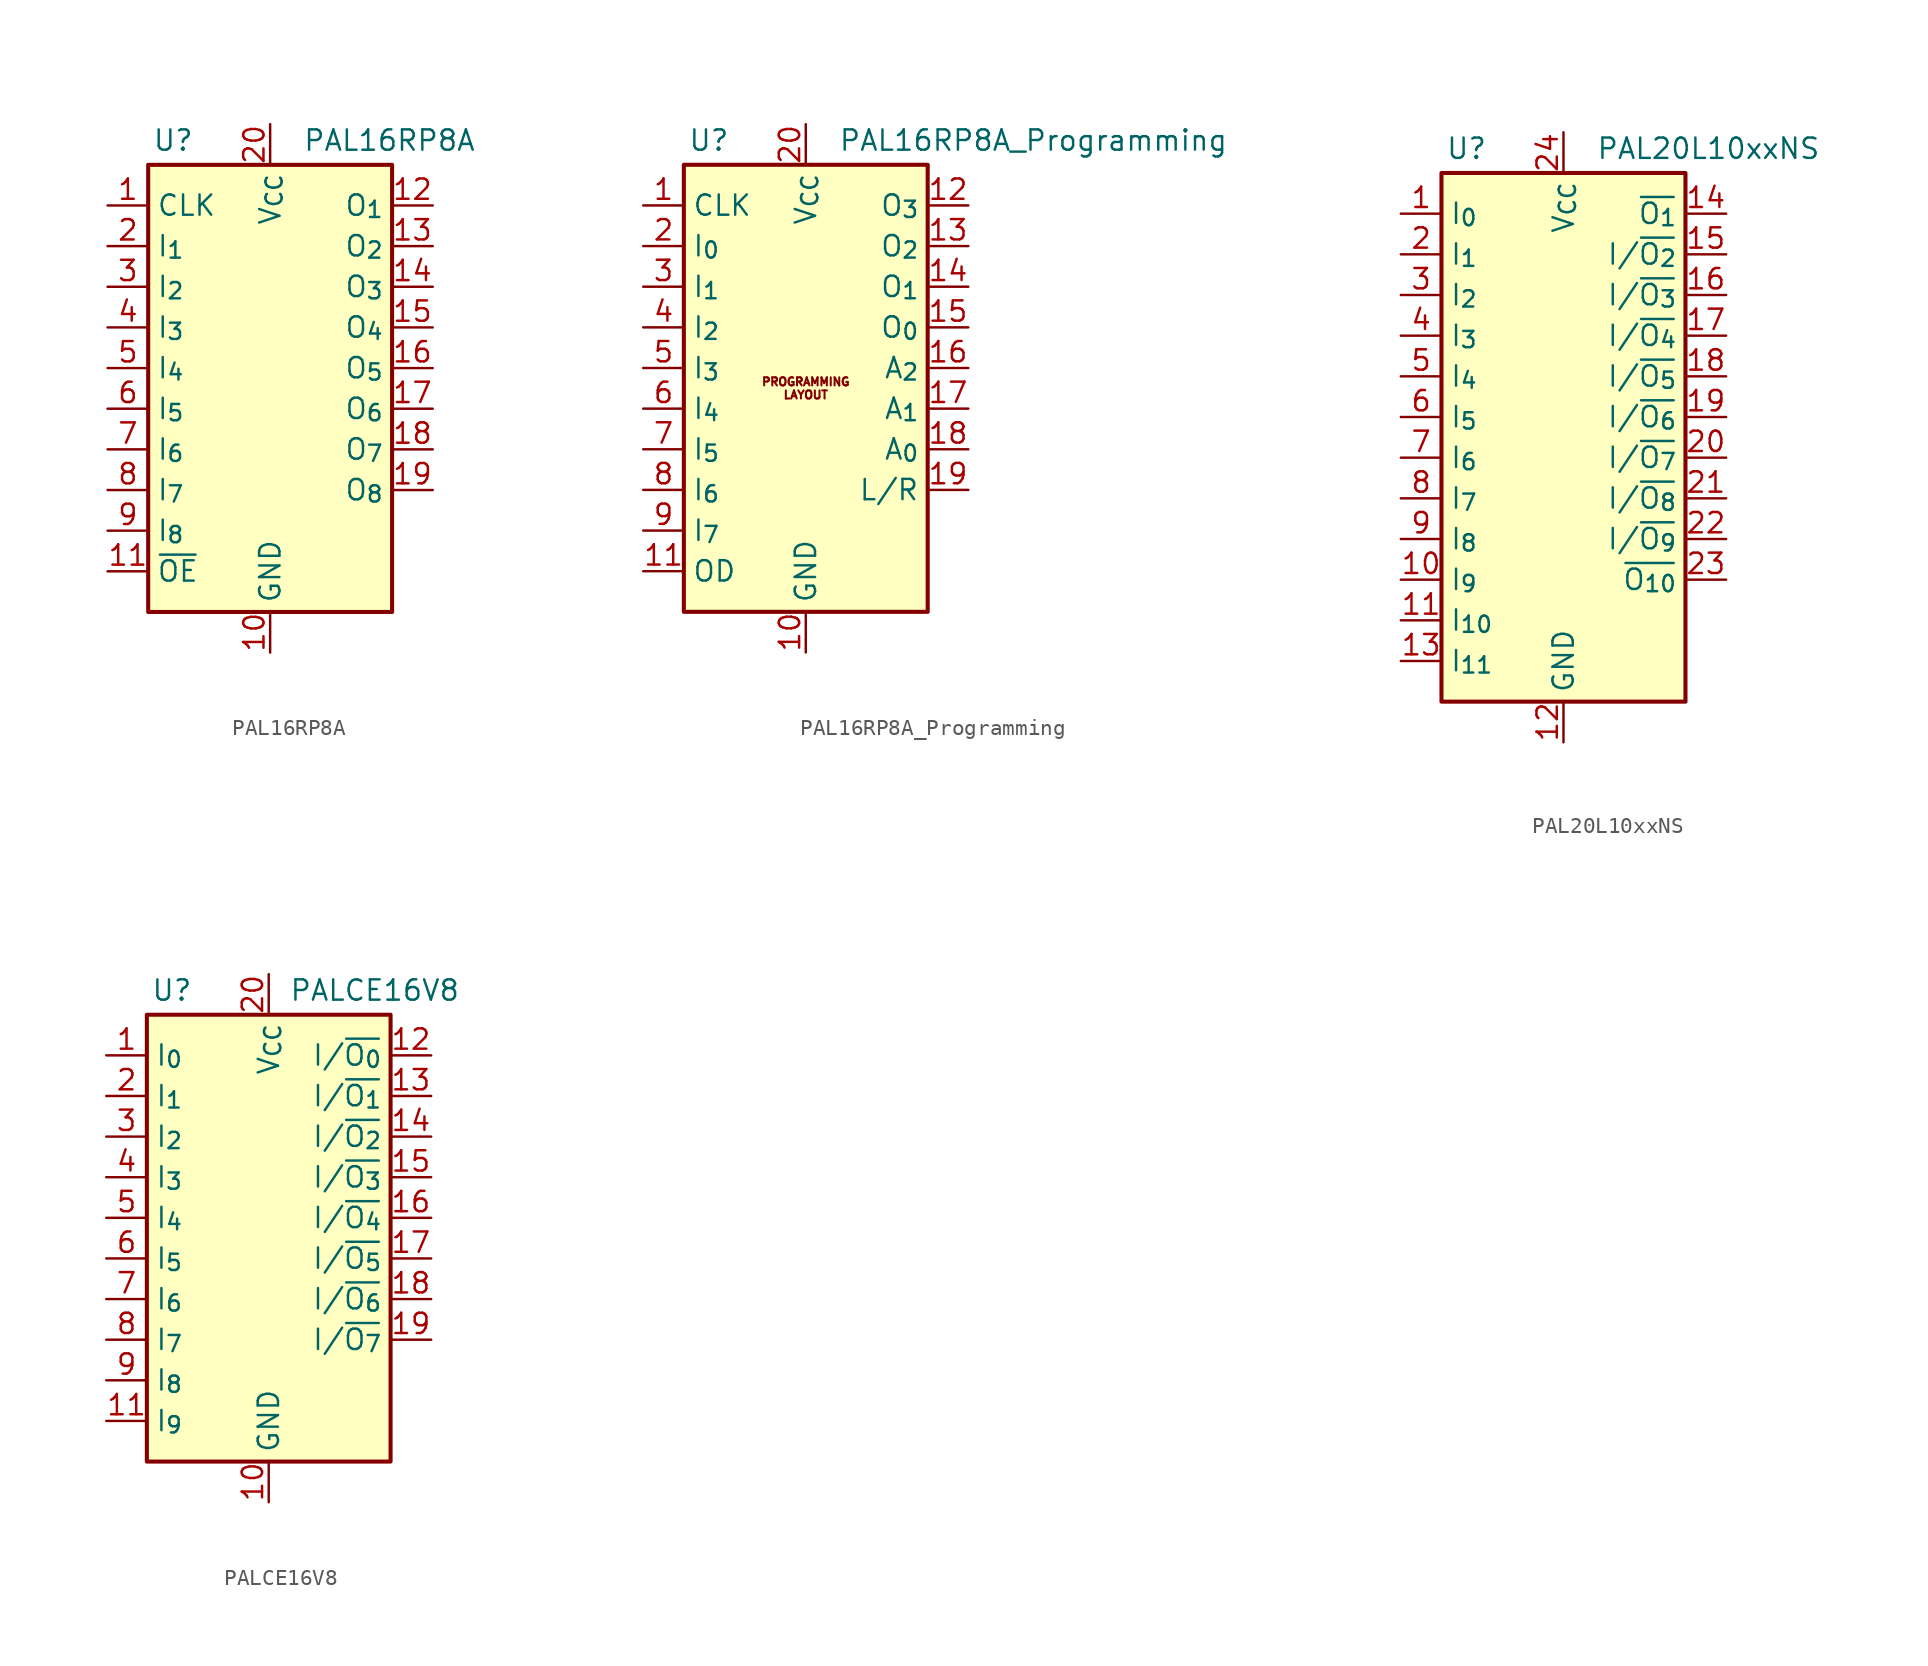
<source format=kicad_sym>
(kicad_symbol_lib
  (version 20241209)
  (generator "kicad_symbol_editor")
  (generator_version "9.0")
  (symbol "PAL16RP8A"
    (property "Reference" "U"
      (at -7.366 16.764 0)
      (effects (font (size 1.27 1.27)) (justify left)))
    (property "Value" "PAL16RP8A"
      (at 2.032 16.764 0)
      (effects (font (size 1.27 1.27)) (justify left)))
    (symbol "PAL16RP8A_0_1"
      (rectangle (start -7.62 15.24) (end 7.62 -12.7) (stroke (width 0.254) (type default)) (fill (type background))))
    (symbol "PAL16RP8A_1_1"
      (pin input line (at -10.16 12.7 0) (length 2.54) (name "CLK" (effects (font (size 1.27 1.27)))) (number "1" (effects (font (size 1.27 1.27)))))
      (pin input line (at -10.16 10.16 0) (length 2.54) (name "I_{1}" (effects (font (size 1.27 1.27)))) (number "2" (effects (font (size 1.27 1.27)))))
      (pin input line (at -10.16 7.62 0) (length 2.54) (name "I_{2}" (effects (font (size 1.27 1.27)))) (number "3" (effects (font (size 1.27 1.27)))))
      (pin input line (at -10.16 5.08 0) (length 2.54) (name "I_{3}" (effects (font (size 1.27 1.27)))) (number "4" (effects (font (size 1.27 1.27)))))
      (pin input line (at -10.16 2.54 0) (length 2.54) (name "I_{4}" (effects (font (size 1.27 1.27)))) (number "5" (effects (font (size 1.27 1.27)))))
      (pin input line (at -10.16 0 0) (length 2.54) (name "I_{5}" (effects (font (size 1.27 1.27)))) (number "6" (effects (font (size 1.27 1.27)))))
      (pin input line (at -10.16 -2.54 0) (length 2.54) (name "I_{6}" (effects (font (size 1.27 1.27)))) (number "7" (effects (font (size 1.27 1.27)))))
      (pin input line (at -10.16 -5.08 0) (length 2.54) (name "I_{7}" (effects (font (size 1.27 1.27)))) (number "8" (effects (font (size 1.27 1.27)))))
      (pin input line (at -10.16 -7.62 0) (length 2.54) (name "I_{8}" (effects (font (size 1.27 1.27)))) (number "9" (effects (font (size 1.27 1.27)))))
      (pin input line (at -10.16 -10.16 0) (length 2.54) (name "~{OE}" (effects (font (size 1.27 1.27)))) (number "11" (effects (font (size 1.27 1.27)))))
      (pin power_in line (at 0 17.78 270) (length 2.54) (name "V_{CC}" (effects (font (size 1.27 1.27)))) (number "20" (effects (font (size 1.27 1.27)))))
      (pin power_in line (at 0 -15.24 90) (length 2.54) (name "GND" (effects (font (size 1.27 1.27)))) (number "10" (effects (font (size 1.27 1.27)))))
      (pin tri_state line (at 10.16 12.7 180) (length 2.54) (name "O_{1}" (effects (font (size 1.27 1.27)))) (number "12" (effects (font (size 1.27 1.27)))))
      (pin tri_state line (at 10.16 10.16 180) (length 2.54) (name "O_{2}" (effects (font (size 1.27 1.27)))) (number "13" (effects (font (size 1.27 1.27)))))
      (pin tri_state line (at 10.16 7.62 180) (length 2.54) (name "O_{3}" (effects (font (size 1.27 1.27)))) (number "14" (effects (font (size 1.27 1.27)))))
      (pin tri_state line (at 10.16 5.08 180) (length 2.54) (name "O_{4}" (effects (font (size 1.27 1.27)))) (number "15" (effects (font (size 1.27 1.27)))))
      (pin tri_state line (at 10.16 2.54 180) (length 2.54) (name "O_{5}" (effects (font (size 1.27 1.27)))) (number "16" (effects (font (size 1.27 1.27)))))
      (pin tri_state line (at 10.16 0 180) (length 2.54) (name "O_{6}" (effects (font (size 1.27 1.27)))) (number "17" (effects (font (size 1.27 1.27)))))
      (pin tri_state line (at 10.16 -2.54 180) (length 2.54) (name "O_{7}" (effects (font (size 1.27 1.27)))) (number "18" (effects (font (size 1.27 1.27)))))
      (pin tri_state line (at 10.16 -5.08 180) (length 2.54) (name "O_{8}" (effects (font (size 1.27 1.27)))) (number "19" (effects (font (size 1.27 1.27)))))))
  (symbol "PAL16RP8A_Programming"
    (property "Reference" "U"
      (at -7.366 16.764 0)
      (effects (font (size 1.27 1.27)) (justify left)))
    (property "Value" "PAL16RP8A_Programming"
      (at 2.032 16.764 0)
      (effects (font (size 1.27 1.27)) (justify left)))
    (symbol "PAL16RP8A_Programming_0_1"
      (rectangle (start -7.62 15.24) (end 7.62 -12.7) (stroke (width 0.254) (type default)) (fill (type background))))
    (symbol "PAL16RP8A_Programming_1_1"
      (text "PROGRAMMING\nLAYOUT" (at 0 1.27 0) (effects (font (size 0.508 0.508))))
      (pin input line (at -10.16 12.7 0) (length 2.54) (name "CLK" (effects (font (size 1.27 1.27)))) (number "1" (effects (font (size 1.27 1.27)))) (alternate "OD" input line))
      (pin input line (at -10.16 10.16 0) (length 2.54) (name "I_{0}" (effects (font (size 1.27 1.27)))) (number "2" (effects (font (size 1.27 1.27)))))
      (pin input line (at -10.16 7.62 0) (length 2.54) (name "I_{1}" (effects (font (size 1.27 1.27)))) (number "3" (effects (font (size 1.27 1.27)))))
      (pin input line (at -10.16 5.08 0) (length 2.54) (name "I_{2}" (effects (font (size 1.27 1.27)))) (number "4" (effects (font (size 1.27 1.27)))))
      (pin input line (at -10.16 2.54 0) (length 2.54) (name "I_{3}" (effects (font (size 1.27 1.27)))) (number "5" (effects (font (size 1.27 1.27)))))
      (pin input line (at -10.16 0 0) (length 2.54) (name "I_{4}" (effects (font (size 1.27 1.27)))) (number "6" (effects (font (size 1.27 1.27)))))
      (pin input line (at -10.16 -2.54 0) (length 2.54) (name "I_{5}" (effects (font (size 1.27 1.27)))) (number "7" (effects (font (size 1.27 1.27)))) (alternate "POLT" input line))
      (pin input line (at -10.16 -5.08 0) (length 2.54) (name "I_{6}" (effects (font (size 1.27 1.27)))) (number "8" (effects (font (size 1.27 1.27)))) (alternate "PLO" input line))
      (pin input line (at -10.16 -7.62 0) (length 2.54) (name "I_{7}" (effects (font (size 1.27 1.27)))) (number "9" (effects (font (size 1.27 1.27)))) (alternate "POLE" input line))
      (pin input line (at -10.16 -10.16 0) (length 2.54) (name "OD" (effects (font (size 1.27 1.27)))) (number "11" (effects (font (size 1.27 1.27)))) (alternate "CLK" input line))
      (pin power_in line (at 0 17.78 270) (length 2.54) (name "V_{CC}" (effects (font (size 1.27 1.27)))) (number "20" (effects (font (size 1.27 1.27)))))
      (pin power_in line (at 0 -15.24 90) (length 2.54) (name "GND" (effects (font (size 1.27 1.27)))) (number "10" (effects (font (size 1.27 1.27)))))
      (pin tri_state line (at 10.16 12.7 180) (length 2.54) (name "O_{3}" (effects (font (size 1.27 1.27)))) (number "12" (effects (font (size 1.27 1.27)))) (alternate "L/R" input line))
      (pin tri_state line (at 10.16 10.16 180) (length 2.54) (name "O_{2}" (effects (font (size 1.27 1.27)))) (number "13" (effects (font (size 1.27 1.27)))) (alternate "A_{2}" input line))
      (pin tri_state line (at 10.16 7.62 180) (length 2.54) (name "O_{1}" (effects (font (size 1.27 1.27)))) (number "14" (effects (font (size 1.27 1.27)))) (alternate "A_{1}" input line))
      (pin tri_state line (at 10.16 5.08 180) (length 2.54) (name "O_{0}" (effects (font (size 1.27 1.27)))) (number "15" (effects (font (size 1.27 1.27)))) (alternate "A_{0}" input line))
      (pin input line (at 10.16 2.54 180) (length 2.54) (name "A_{2}" (effects (font (size 1.27 1.27)))) (number "16" (effects (font (size 1.27 1.27)))) (alternate "O_{3}" tri_state line))
      (pin input line (at 10.16 0 180) (length 2.54) (name "A_{1}" (effects (font (size 1.27 1.27)))) (number "17" (effects (font (size 1.27 1.27)))) (alternate "O_{2}" tri_state line))
      (pin input line (at 10.16 -2.54 180) (length 2.54) (name "A_{0}" (effects (font (size 1.27 1.27)))) (number "18" (effects (font (size 1.27 1.27)))) (alternate "O_{1}" tri_state line))
      (pin input line (at 10.16 -5.08 180) (length 2.54) (name "L/R" (effects (font (size 1.27 1.27)))) (number "19" (effects (font (size 1.27 1.27)))) (alternate "O_{0}" tri_state line))))
  (symbol "PAL20L10xxNS"
    (property "Reference" "U"
      (at -7.366 19.304 0)
      (effects (font (size 1.27 1.27)) (justify left)))
    (property "Value" "PAL20L10xxNS"
      (at 2.032 19.304 0)
      (effects (font (size 1.27 1.27)) (justify left)))
    (symbol "PAL20L10xxNS_0_0"
      (pin power_in line (at 0 -17.78 90) (length 2.54) (name "GND" (effects (font (size 1.27 1.27)))) (number "12" (effects (font (size 1.27 1.27))))))
    (symbol "PAL20L10xxNS_0_1"
      (rectangle (start -7.62 17.78) (end 7.62 -15.24) (stroke (width 0.254) (type default)) (fill (type background))))
    (symbol "PAL20L10xxNS_1_0"
      (pin power_in line (at 0 20.32 270) (length 2.54) (name "V_{CC}" (effects (font (size 1.27 1.27)))) (number "24" (effects (font (size 1.27 1.27))))))
    (symbol "PAL20L10xxNS_1_1"
      (pin input line (at -10.16 15.24 0) (length 2.54) (name "I_{0}" (effects (font (size 1.27 1.27)))) (number "1" (effects (font (size 1.27 1.27)))))
      (pin input line (at -10.16 12.7 0) (length 2.54) (name "I_{1}" (effects (font (size 1.27 1.27)))) (number "2" (effects (font (size 1.27 1.27)))))
      (pin input line (at -10.16 10.16 0) (length 2.54) (name "I_{2}" (effects (font (size 1.27 1.27)))) (number "3" (effects (font (size 1.27 1.27)))))
      (pin input line (at -10.16 7.62 0) (length 2.54) (name "I_{3}" (effects (font (size 1.27 1.27)))) (number "4" (effects (font (size 1.27 1.27)))))
      (pin input line (at -10.16 5.08 0) (length 2.54) (name "I_{4}" (effects (font (size 1.27 1.27)))) (number "5" (effects (font (size 1.27 1.27)))))
      (pin input line (at -10.16 2.54 0) (length 2.54) (name "I_{5}" (effects (font (size 1.27 1.27)))) (number "6" (effects (font (size 1.27 1.27)))))
      (pin input line (at -10.16 0 0) (length 2.54) (name "I_{6}" (effects (font (size 1.27 1.27)))) (number "7" (effects (font (size 1.27 1.27)))))
      (pin input line (at -10.16 -2.54 0) (length 2.54) (name "I_{7}" (effects (font (size 1.27 1.27)))) (number "8" (effects (font (size 1.27 1.27)))))
      (pin input line (at -10.16 -5.08 0) (length 2.54) (name "I_{8}" (effects (font (size 1.27 1.27)))) (number "9" (effects (font (size 1.27 1.27)))))
      (pin input line (at -10.16 -7.62 0) (length 2.54) (name "I_{9}" (effects (font (size 1.27 1.27)))) (number "10" (effects (font (size 1.27 1.27)))))
      (pin input line (at -10.16 -10.16 0) (length 2.54) (name "I_{10}" (effects (font (size 1.27 1.27)))) (number "11" (effects (font (size 1.27 1.27)))))
      (pin input line (at -10.16 -12.7 0) (length 2.54) (name "I_{11}" (effects (font (size 1.27 1.27)))) (number "13" (effects (font (size 1.27 1.27)))))
      (pin tri_state line (at 10.16 15.24 180) (length 2.54) (name "~{O_{1}}" (effects (font (size 1.27 1.27)))) (number "14" (effects (font (size 1.27 1.27)))))
      (pin bidirectional line (at 10.16 12.7 180) (length 2.54) (name "I/~{O_{2}}" (effects (font (size 1.27 1.27)))) (number "15" (effects (font (size 1.27 1.27)))))
      (pin bidirectional line (at 10.16 10.16 180) (length 2.54) (name "I/~{O_{3}}" (effects (font (size 1.27 1.27)))) (number "16" (effects (font (size 1.27 1.27)))))
      (pin bidirectional line (at 10.16 7.62 180) (length 2.54) (name "I/~{O_{4}}" (effects (font (size 1.27 1.27)))) (number "17" (effects (font (size 1.27 1.27)))))
      (pin bidirectional line (at 10.16 5.08 180) (length 2.54) (name "I/~{O_{5}}" (effects (font (size 1.27 1.27)))) (number "18" (effects (font (size 1.27 1.27)))))
      (pin bidirectional line (at 10.16 2.54 180) (length 2.54) (name "I/~{O_{6}}" (effects (font (size 1.27 1.27)))) (number "19" (effects (font (size 1.27 1.27)))))
      (pin bidirectional line (at 10.16 0 180) (length 2.54) (name "I/~{O_{7}}" (effects (font (size 1.27 1.27)))) (number "20" (effects (font (size 1.27 1.27)))))
      (pin bidirectional line (at 10.16 -2.54 180) (length 2.54) (name "I/~{O_{8}}" (effects (font (size 1.27 1.27)))) (number "21" (effects (font (size 1.27 1.27)))))
      (pin bidirectional line (at 10.16 -5.08 180) (length 2.54) (name "I/~{O_{9}}" (effects (font (size 1.27 1.27)))) (number "22" (effects (font (size 1.27 1.27)))))
      (pin tri_state line (at 10.16 -7.62 180) (length 2.54) (name "~{O_{10}}" (effects (font (size 1.27 1.27)))) (number "23" (effects (font (size 1.27 1.27)))))))
  (symbol "PALCE16V8"
    (property "Reference" "U"
      (at -7.366 16.764 0)
      (effects (font (size 1.27 1.27)) (justify left)))
    (property "Value" "PALCE16V8"
      (at 1.27 16.764 0)
      (effects (font (size 1.27 1.27)) (justify left)))
    (symbol "PALCE16V8_0_0"
      (pin power_in line (at 0 -15.24 90) (length 2.54) (name "GND" (effects (font (size 1.27 1.27)))) (number "10" (effects (font (size 1.27 1.27))))))
    (symbol "PALCE16V8_0_1"
      (rectangle (start -7.62 15.24) (end 7.62 -12.7) (stroke (width 0.254) (type default)) (fill (type background))))
    (symbol "PALCE16V8_1_0"
      (pin power_in line (at 0 17.78 270) (length 2.54) (name "V_{CC}" (effects (font (size 1.27 1.27)))) (number "20" (effects (font (size 1.27 1.27))))))
    (symbol "PALCE16V8_1_1"
      (pin input line (at -10.16 12.7 0) (length 2.54) (name "I_{0}" (effects (font (size 1.27 1.27)))) (number "1" (effects (font (size 1.27 1.27)))) (alternate "CLK" input line))
      (pin input line (at -10.16 10.16 0) (length 2.54) (name "I_{1}" (effects (font (size 1.27 1.27)))) (number "2" (effects (font (size 1.27 1.27)))))
      (pin input line (at -10.16 7.62 0) (length 2.54) (name "I_{2}" (effects (font (size 1.27 1.27)))) (number "3" (effects (font (size 1.27 1.27)))))
      (pin input line (at -10.16 5.08 0) (length 2.54) (name "I_{3}" (effects (font (size 1.27 1.27)))) (number "4" (effects (font (size 1.27 1.27)))))
      (pin input line (at -10.16 2.54 0) (length 2.54) (name "I_{4}" (effects (font (size 1.27 1.27)))) (number "5" (effects (font (size 1.27 1.27)))))
      (pin input line (at -10.16 0 0) (length 2.54) (name "I_{5}" (effects (font (size 1.27 1.27)))) (number "6" (effects (font (size 1.27 1.27)))))
      (pin input line (at -10.16 -2.54 0) (length 2.54) (name "I_{6}" (effects (font (size 1.27 1.27)))) (number "7" (effects (font (size 1.27 1.27)))))
      (pin input line (at -10.16 -5.08 0) (length 2.54) (name "I_{7}" (effects (font (size 1.27 1.27)))) (number "8" (effects (font (size 1.27 1.27)))))
      (pin input line (at -10.16 -7.62 0) (length 2.54) (name "I_{8}" (effects (font (size 1.27 1.27)))) (number "9" (effects (font (size 1.27 1.27)))))
      (pin input line (at -10.16 -10.16 0) (length 2.54) (name "I_{9}" (effects (font (size 1.27 1.27)))) (number "11" (effects (font (size 1.27 1.27)))) (alternate "~{OE}" input line))
      (pin bidirectional line (at 10.16 12.7 180) (length 2.54) (name "I/~{O_{0}}" (effects (font (size 1.27 1.27)))) (number "12" (effects (font (size 1.27 1.27)))))
      (pin bidirectional line (at 10.16 10.16 180) (length 2.54) (name "I/~{O_{1}}" (effects (font (size 1.27 1.27)))) (number "13" (effects (font (size 1.27 1.27)))))
      (pin bidirectional line (at 10.16 7.62 180) (length 2.54) (name "I/~{O_{2}}" (effects (font (size 1.27 1.27)))) (number "14" (effects (font (size 1.27 1.27)))))
      (pin bidirectional line (at 10.16 5.08 180) (length 2.54) (name "I/~{O_{3}}" (effects (font (size 1.27 1.27)))) (number "15" (effects (font (size 1.27 1.27)))))
      (pin bidirectional line (at 10.16 2.54 180) (length 2.54) (name "I/~{O_{4}}" (effects (font (size 1.27 1.27)))) (number "16" (effects (font (size 1.27 1.27)))))
      (pin bidirectional line (at 10.16 0 180) (length 2.54) (name "I/~{O_{5}}" (effects (font (size 1.27 1.27)))) (number "17" (effects (font (size 1.27 1.27)))))
      (pin bidirectional line (at 10.16 -2.54 180) (length 2.54) (name "I/~{O_{6}}" (effects (font (size 1.27 1.27)))) (number "18" (effects (font (size 1.27 1.27)))))
      (pin bidirectional line (at 10.16 -5.08 180) (length 2.54) (name "I/~{O_{7}}" (effects (font (size 1.27 1.27)))) (number "19" (effects (font (size 1.27 1.27))))))))
</source>
